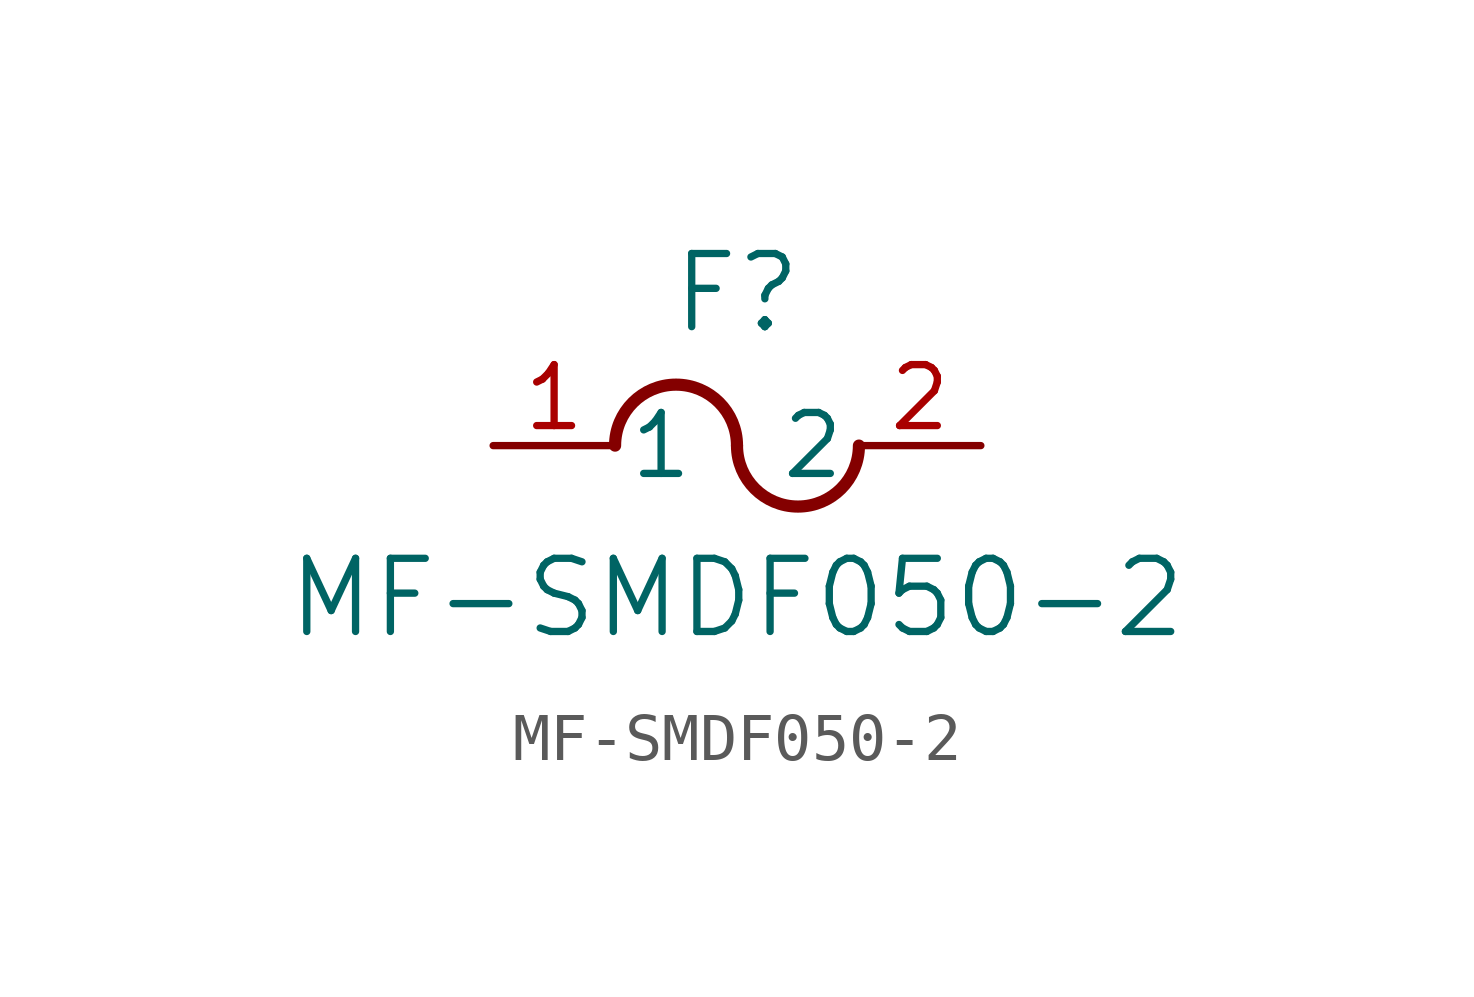
<source format=kicad_sym>
(kicad_symbol_lib
  (version 20211014)
  (generator kicad_symbol_editor)
  (symbol "MF-SMDF050-2"
    (pin_names
      (offset 0.254))
    (property "Reference" "F"
      (at 5.08 3.175 0)
      (effects (font (size 1.524 1.524))))
    (property "Value" "MF-SMDF050-2"
      (at 5.08 -3.175 0)
      (effects (font (size 1.524 1.524))))
    (symbol "MF-SMDF050-2_0_1"
      (arc (start 5.08 0) (mid 3.81 1.27) (end 2.54 0) (stroke (width 0.254) (type default) (color 0 0 0 0)) (fill (type none)))
      (arc (start 5.08 0) (mid 6.35 -1.27) (end 7.62 0) (stroke (width 0.254) (type default) (color 0 0 0 0)) (fill (type none)))
      (pin unspecified line (at 0 0 0) (length 2.54) (name "1" (effects (font (size 1.27 1.27)))) (number "1" (effects (font (size 1.27 1.27)))))
      (pin unspecified line (at 10.16 0 180) (length 2.54) (name "2" (effects (font (size 1.27 1.27)))) (number "2" (effects (font (size 1.27 1.27))))))))
</source>
